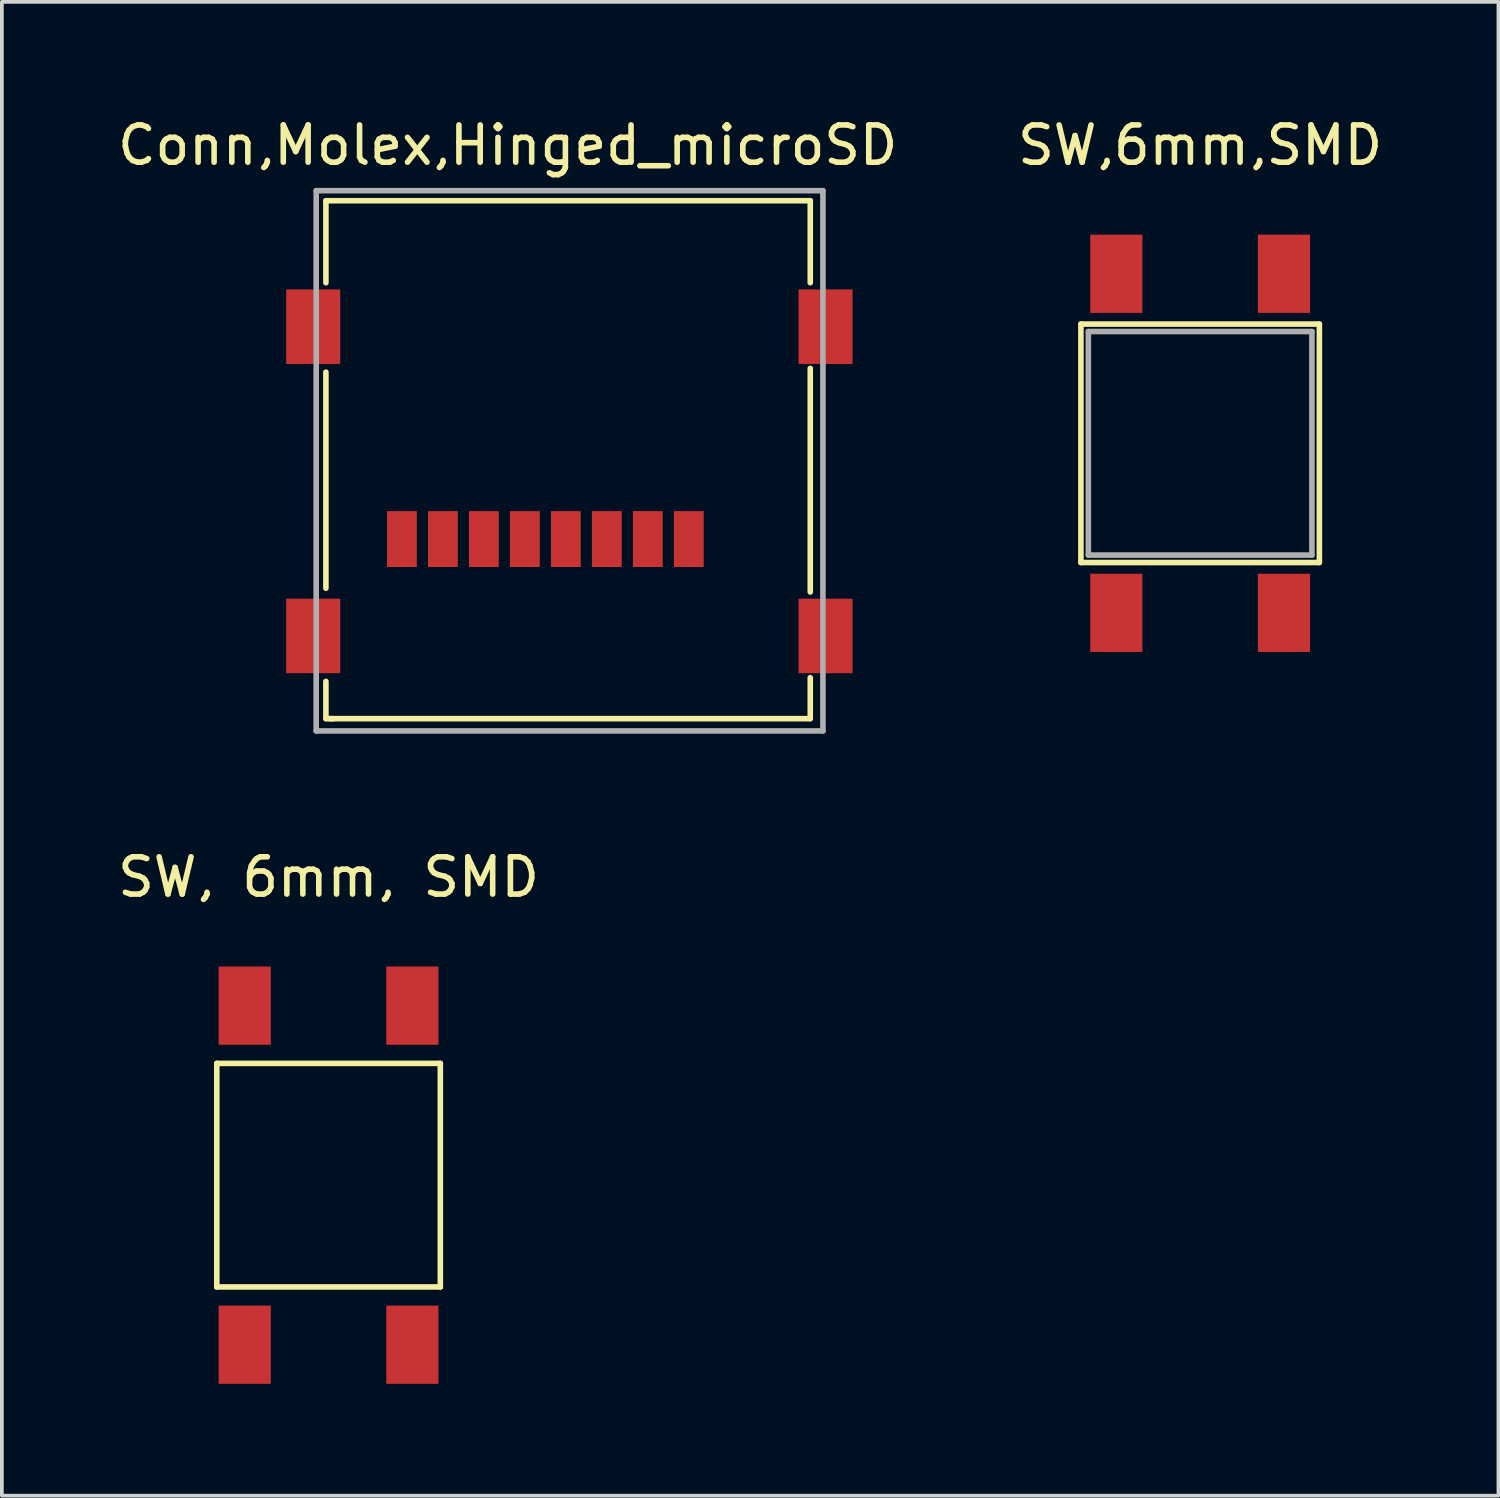
<source format=kicad_pcb>
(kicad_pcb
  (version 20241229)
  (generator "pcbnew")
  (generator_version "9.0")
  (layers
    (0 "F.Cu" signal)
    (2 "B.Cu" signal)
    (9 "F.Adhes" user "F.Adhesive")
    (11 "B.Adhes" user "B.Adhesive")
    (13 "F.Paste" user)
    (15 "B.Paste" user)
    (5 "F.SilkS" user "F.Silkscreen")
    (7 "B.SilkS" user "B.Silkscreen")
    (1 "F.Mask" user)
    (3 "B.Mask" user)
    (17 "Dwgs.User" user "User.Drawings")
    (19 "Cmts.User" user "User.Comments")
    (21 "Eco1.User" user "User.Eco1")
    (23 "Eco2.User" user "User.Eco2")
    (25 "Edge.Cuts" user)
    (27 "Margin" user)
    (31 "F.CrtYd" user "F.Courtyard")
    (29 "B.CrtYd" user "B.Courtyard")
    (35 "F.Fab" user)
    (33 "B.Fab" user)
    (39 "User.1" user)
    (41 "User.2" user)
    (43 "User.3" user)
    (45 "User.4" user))
  (footprint "SW, 6mm, SMD"
    (layer "F.Cu")
    (at 5.768 28.491)
    (property "Reference" "SW, 6mm, SMD" (at 0 -8 0) (layer "F.SilkS") (effects (font (size 1 1) (thickness 0.15))))
    (attr through_hole)
    (fp_line (start -3 -3) (end -3 3) (stroke (width 0.15) (type solid)) (layer "F.SilkS"))
    (fp_line (start -3 3) (end 3 3) (stroke (width 0.15) (type solid)) (layer "F.SilkS"))
    (fp_line (start 3 -3) (end -3 -3) (stroke (width 0.15) (type solid)) (layer "F.SilkS"))
    (fp_line (start 3 3) (end 3 -3) (stroke (width 0.15) (type solid)) (layer "F.SilkS"))
    (pad "1" smd rect (at 2.25 -4.55) (size 1.4 2.1) (layers "F.Cu" "F.Mask" "F.Paste"))
    (pad "2" smd rect (at 2.25 4.55) (size 1.4 2.1) (layers "F.Cu" "F.Mask" "F.Paste"))
    (pad "3" smd rect (at -2.25 -4.55) (size 1.4 2.1) (layers "F.Cu" "F.Mask" "F.Paste"))
    (pad "4" smd rect (at -2.25 4.55) (size 1.4 2.1) (layers "F.Cu" "F.Mask" "F.Paste")))
  (footprint "Conn,Molex,Hinged_microSD"
    (layer "F.Cu")
    (at 11.597 11.338)
    (property "Reference" "Conn,Molex,Hinged_microSD" (at -1.02 -10.49 0) (layer "F.SilkS") (effects (font (size 1 1) (thickness 0.15))))
    (attr through_hole)
    (fp_line (start -5.9 -9) (end 7.1 -9) (stroke (width 0.15) (type solid)) (layer "F.SilkS"))
    (fp_line (start -5.9 -6.8) (end -5.9 -9) (stroke (width 0.15) (type solid)) (layer "F.SilkS"))
    (fp_line (start -5.9 1.4) (end -5.9 -4.4) (stroke (width 0.15) (type solid)) (layer "F.SilkS"))
    (fp_line (start -5.9 4.9) (end -5.9 3.9) (stroke (width 0.15) (type solid)) (layer "F.SilkS"))
    (fp_line (start -5.9 4.9) (end -5.7 4.9) (stroke (width 0.15) (type solid)) (layer "F.SilkS"))
    (fp_line (start 7.1 -9) (end 7.1 -6.8) (stroke (width 0.15) (type solid)) (layer "F.SilkS"))
    (fp_line (start 7.1 -4.5) (end 7.1 1.5) (stroke (width 0.15) (type solid)) (layer "F.SilkS"))
    (fp_line (start 7.1 3.8) (end 7.1 4.9) (stroke (width 0.15) (type solid)) (layer "F.SilkS"))
    (fp_line (start 7.1 4.9) (end -5.8 4.9) (stroke (width 0.15) (type solid)) (layer "F.SilkS"))
    (fp_line (start -6.16 -9.27) (end 7.44 -9.27) (stroke (width 0.15) (type solid)) (layer "F.Fab"))
    (fp_line (start -6.16 5.23) (end -6.16 -9.27) (stroke (width 0.15) (type solid)) (layer "F.Fab"))
    (fp_line (start -6.16 5.23) (end 7.44 5.23) (stroke (width 0.15) (type solid)) (layer "F.Fab"))
    (fp_line (start 7.44 -9.27) (end 7.44 5.23) (stroke (width 0.15) (type solid)) (layer "F.Fab"))
    (pad "1" smd rect (at 3.84 0.08) (size 0.8 1.5) (layers "F.Cu" "F.Mask" "F.Paste"))
    (pad "2" smd rect (at 2.74 0.08) (size 0.8 1.5) (layers "F.Cu" "F.Mask" "F.Paste"))
    (pad "3" smd rect (at 1.64 0.08) (size 0.8 1.5) (layers "F.Cu" "F.Mask" "F.Paste"))
    (pad "4" smd rect (at 0.54 0.08) (size 0.8 1.5) (layers "F.Cu" "F.Mask" "F.Paste"))
    (pad "5" smd rect (at -0.56 0.08) (size 0.8 1.5) (layers "F.Cu" "F.Mask" "F.Paste"))
    (pad "6" smd rect (at -1.66 0.08) (size 0.8 1.5) (layers "F.Cu" "F.Mask" "F.Paste"))
    (pad "7" smd rect (at -2.76 0.08) (size 0.8 1.5) (layers "F.Cu" "F.Mask" "F.Paste"))
    (pad "8" smd rect (at -3.86 0.08) (size 0.8 1.5) (layers "F.Cu" "F.Mask" "F.Paste"))
    (pad "9" smd rect (at -6.24 -5.62) (size 1.45 2) (layers "F.Cu" "F.Mask" "F.Paste"))
    (pad "9" smd rect (at -6.24 2.68) (size 1.45 2) (layers "F.Cu" "F.Mask" "F.Paste"))
    (pad "9" smd rect (at 7.51 -5.62) (size 1.45 2) (layers "F.Cu" "F.Mask" "F.Paste"))
    (pad "9" smd rect (at 7.51 2.68) (size 1.45 2) (layers "F.Cu" "F.Mask" "F.Paste")))
  (footprint "SW,6mm,SMD"
    (layer "F.Cu")
    (at 29.161 8.848)
    (property "Reference" "SW,6mm,SMD" (at 0 -8 0) (layer "F.SilkS") (effects (font (size 1 1) (thickness 0.15))))
    (attr through_hole)
    (fp_line (start -3.2 -3.2) (end -3.2 3.2) (stroke (width 0.15) (type solid)) (layer "F.SilkS"))
    (fp_line (start -3.2 3.2) (end 3.2 3.2) (stroke (width 0.15) (type solid)) (layer "F.SilkS"))
    (fp_line (start 3.2 -3.2) (end -3.2 -3.2) (stroke (width 0.15) (type solid)) (layer "F.SilkS"))
    (fp_line (start 3.2 -3.2) (end 3.2 3.2) (stroke (width 0.15) (type solid)) (layer "F.SilkS"))
    (fp_line (start -3 -3) (end -3 3) (stroke (width 0.15) (type solid)) (layer "F.Fab"))
    (fp_line (start -3 3) (end 3 3) (stroke (width 0.15) (type solid)) (layer "F.Fab"))
    (fp_line (start 3 -3) (end -3 -3) (stroke (width 0.15) (type solid)) (layer "F.Fab"))
    (fp_line (start 3 3) (end 3 -3) (stroke (width 0.15) (type solid)) (layer "F.Fab"))
    (pad "1" smd rect (at 2.25 -4.55) (size 1.4 2.1) (layers "F.Cu" "F.Mask" "F.Paste"))
    (pad "2" smd rect (at 2.25 4.55) (size 1.4 2.1) (layers "F.Cu" "F.Mask" "F.Paste"))
    (pad "3" smd rect (at -2.25 -4.55) (size 1.4 2.1) (layers "F.Cu" "F.Mask" "F.Paste"))
    (pad "4" smd rect (at -2.25 4.55) (size 1.4 2.1) (layers "F.Cu" "F.Mask" "F.Paste")))
  (gr_rect
    (start -3 -3)
    (end 37.167 37.092)
    (stroke (width 0.1) (type default))
    (fill no)
    (layer "Edge.Cuts")))
</source>
